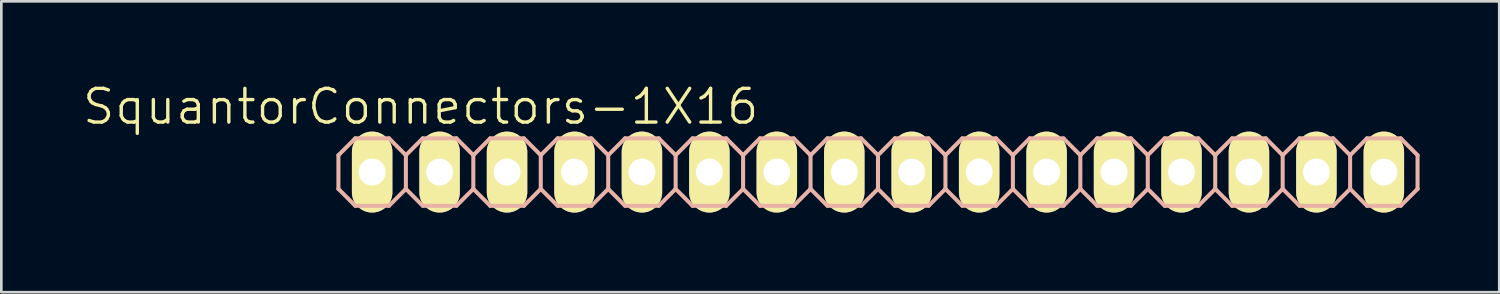
<source format=kicad_pcb>
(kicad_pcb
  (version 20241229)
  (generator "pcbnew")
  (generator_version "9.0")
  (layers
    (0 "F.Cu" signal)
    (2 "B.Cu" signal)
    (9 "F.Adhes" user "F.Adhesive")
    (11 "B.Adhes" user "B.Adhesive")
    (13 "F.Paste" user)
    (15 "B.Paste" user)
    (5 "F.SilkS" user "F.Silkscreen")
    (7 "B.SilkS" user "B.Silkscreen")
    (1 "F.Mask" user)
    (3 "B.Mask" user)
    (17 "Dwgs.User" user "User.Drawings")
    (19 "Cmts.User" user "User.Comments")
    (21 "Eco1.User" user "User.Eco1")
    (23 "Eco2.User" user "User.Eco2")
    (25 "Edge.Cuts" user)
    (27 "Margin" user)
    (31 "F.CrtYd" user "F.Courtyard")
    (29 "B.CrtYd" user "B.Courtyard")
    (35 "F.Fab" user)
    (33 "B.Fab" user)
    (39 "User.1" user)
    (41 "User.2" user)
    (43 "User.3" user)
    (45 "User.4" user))
  (footprint "SquantorConnectors-1X16"
    (layer "F.Cu")
    (at 30.015 3.43)
    (property "Reference" "SquantorConnectors-1X16" (at -17.221 -2.464 0) (layer "F.SilkS") (effects (font (size 1.27 1.27) (thickness 0.127))))
    (attr exclude_from_pos_files exclude_from_bom)
    (fp_line (start -19.304 -0.254) (end -18.796 -0.254) (stroke (width 0.066) (type solid)) (layer "F.SilkS"))
    (fp_line (start -19.304 0.254) (end -19.304 -0.254) (stroke (width 0.066) (type solid)) (layer "F.SilkS"))
    (fp_line (start -19.304 0.254) (end -18.796 0.254) (stroke (width 0.066) (type solid)) (layer "F.SilkS"))
    (fp_line (start -18.796 0.254) (end -18.796 -0.254) (stroke (width 0.066) (type solid)) (layer "F.SilkS"))
    (fp_line (start -16.764 -0.254) (end -16.256 -0.254) (stroke (width 0.066) (type solid)) (layer "F.SilkS"))
    (fp_line (start -16.764 0.254) (end -16.764 -0.254) (stroke (width 0.066) (type solid)) (layer "F.SilkS"))
    (fp_line (start -16.764 0.254) (end -16.256 0.254) (stroke (width 0.066) (type solid)) (layer "F.SilkS"))
    (fp_line (start -16.256 0.254) (end -16.256 -0.254) (stroke (width 0.066) (type solid)) (layer "F.SilkS"))
    (fp_line (start -14.224 -0.254) (end -13.716 -0.254) (stroke (width 0.066) (type solid)) (layer "F.SilkS"))
    (fp_line (start -14.224 0.254) (end -14.224 -0.254) (stroke (width 0.066) (type solid)) (layer "F.SilkS"))
    (fp_line (start -14.224 0.254) (end -13.716 0.254) (stroke (width 0.066) (type solid)) (layer "F.SilkS"))
    (fp_line (start -13.716 0.254) (end -13.716 -0.254) (stroke (width 0.066) (type solid)) (layer "F.SilkS"))
    (fp_line (start -11.684 -0.254) (end -11.176 -0.254) (stroke (width 0.066) (type solid)) (layer "F.SilkS"))
    (fp_line (start -11.684 0.254) (end -11.684 -0.254) (stroke (width 0.066) (type solid)) (layer "F.SilkS"))
    (fp_line (start -11.684 0.254) (end -11.176 0.254) (stroke (width 0.066) (type solid)) (layer "F.SilkS"))
    (fp_line (start -11.176 0.254) (end -11.176 -0.254) (stroke (width 0.066) (type solid)) (layer "F.SilkS"))
    (fp_line (start -9.144 -0.254) (end -8.636 -0.254) (stroke (width 0.066) (type solid)) (layer "F.SilkS"))
    (fp_line (start -9.144 0.254) (end -9.144 -0.254) (stroke (width 0.066) (type solid)) (layer "F.SilkS"))
    (fp_line (start -9.144 0.254) (end -8.636 0.254) (stroke (width 0.066) (type solid)) (layer "F.SilkS"))
    (fp_line (start -8.636 0.254) (end -8.636 -0.254) (stroke (width 0.066) (type solid)) (layer "F.SilkS"))
    (fp_line (start -6.604 -0.254) (end -6.096 -0.254) (stroke (width 0.066) (type solid)) (layer "F.SilkS"))
    (fp_line (start -6.604 0.254) (end -6.604 -0.254) (stroke (width 0.066) (type solid)) (layer "F.SilkS"))
    (fp_line (start -6.604 0.254) (end -6.096 0.254) (stroke (width 0.066) (type solid)) (layer "F.SilkS"))
    (fp_line (start -6.096 0.254) (end -6.096 -0.254) (stroke (width 0.066) (type solid)) (layer "F.SilkS"))
    (fp_line (start -4.064 -0.254) (end -3.556 -0.254) (stroke (width 0.066) (type solid)) (layer "F.SilkS"))
    (fp_line (start -4.064 0.254) (end -4.064 -0.254) (stroke (width 0.066) (type solid)) (layer "F.SilkS"))
    (fp_line (start -4.064 0.254) (end -3.556 0.254) (stroke (width 0.066) (type solid)) (layer "F.SilkS"))
    (fp_line (start -3.556 0.254) (end -3.556 -0.254) (stroke (width 0.066) (type solid)) (layer "F.SilkS"))
    (fp_line (start -1.524 -0.254) (end -1.016 -0.254) (stroke (width 0.066) (type solid)) (layer "F.SilkS"))
    (fp_line (start -1.524 0.254) (end -1.524 -0.254) (stroke (width 0.066) (type solid)) (layer "F.SilkS"))
    (fp_line (start -1.524 0.254) (end -1.016 0.254) (stroke (width 0.066) (type solid)) (layer "F.SilkS"))
    (fp_line (start -1.016 0.254) (end -1.016 -0.254) (stroke (width 0.066) (type solid)) (layer "F.SilkS"))
    (fp_line (start 1.016 -0.254) (end 1.524 -0.254) (stroke (width 0.066) (type solid)) (layer "F.SilkS"))
    (fp_line (start 1.016 0.254) (end 1.016 -0.254) (stroke (width 0.066) (type solid)) (layer "F.SilkS"))
    (fp_line (start 1.016 0.254) (end 1.524 0.254) (stroke (width 0.066) (type solid)) (layer "F.SilkS"))
    (fp_line (start 1.524 0.254) (end 1.524 -0.254) (stroke (width 0.066) (type solid)) (layer "F.SilkS"))
    (fp_line (start 3.556 -0.254) (end 4.064 -0.254) (stroke (width 0.066) (type solid)) (layer "F.SilkS"))
    (fp_line (start 3.556 0.254) (end 3.556 -0.254) (stroke (width 0.066) (type solid)) (layer "F.SilkS"))
    (fp_line (start 3.556 0.254) (end 4.064 0.254) (stroke (width 0.066) (type solid)) (layer "F.SilkS"))
    (fp_line (start 4.064 0.254) (end 4.064 -0.254) (stroke (width 0.066) (type solid)) (layer "F.SilkS"))
    (fp_line (start 6.096 -0.254) (end 6.604 -0.254) (stroke (width 0.066) (type solid)) (layer "F.SilkS"))
    (fp_line (start 6.096 0.254) (end 6.096 -0.254) (stroke (width 0.066) (type solid)) (layer "F.SilkS"))
    (fp_line (start 6.096 0.254) (end 6.604 0.254) (stroke (width 0.066) (type solid)) (layer "F.SilkS"))
    (fp_line (start 6.604 0.254) (end 6.604 -0.254) (stroke (width 0.066) (type solid)) (layer "F.SilkS"))
    (fp_line (start 8.636 -0.254) (end 9.144 -0.254) (stroke (width 0.066) (type solid)) (layer "F.SilkS"))
    (fp_line (start 8.636 0.254) (end 8.636 -0.254) (stroke (width 0.066) (type solid)) (layer "F.SilkS"))
    (fp_line (start 8.636 0.254) (end 9.144 0.254) (stroke (width 0.066) (type solid)) (layer "F.SilkS"))
    (fp_line (start 9.144 0.254) (end 9.144 -0.254) (stroke (width 0.066) (type solid)) (layer "F.SilkS"))
    (fp_line (start 11.176 -0.254) (end 11.684 -0.254) (stroke (width 0.066) (type solid)) (layer "F.SilkS"))
    (fp_line (start 11.176 0.254) (end 11.176 -0.254) (stroke (width 0.066) (type solid)) (layer "F.SilkS"))
    (fp_line (start 11.176 0.254) (end 11.684 0.254) (stroke (width 0.066) (type solid)) (layer "F.SilkS"))
    (fp_line (start 11.684 0.254) (end 11.684 -0.254) (stroke (width 0.066) (type solid)) (layer "F.SilkS"))
    (fp_line (start 13.716 -0.254) (end 14.224 -0.254) (stroke (width 0.066) (type solid)) (layer "F.SilkS"))
    (fp_line (start 13.716 0.254) (end 13.716 -0.254) (stroke (width 0.066) (type solid)) (layer "F.SilkS"))
    (fp_line (start 13.716 0.254) (end 14.224 0.254) (stroke (width 0.066) (type solid)) (layer "F.SilkS"))
    (fp_line (start 14.224 0.254) (end 14.224 -0.254) (stroke (width 0.066) (type solid)) (layer "F.SilkS"))
    (fp_line (start 16.256 -0.254) (end 16.764 -0.254) (stroke (width 0.066) (type solid)) (layer "F.SilkS"))
    (fp_line (start 16.256 0.254) (end 16.256 -0.254) (stroke (width 0.066) (type solid)) (layer "F.SilkS"))
    (fp_line (start 16.256 0.254) (end 16.764 0.254) (stroke (width 0.066) (type solid)) (layer "F.SilkS"))
    (fp_line (start 16.764 0.254) (end 16.764 -0.254) (stroke (width 0.066) (type solid)) (layer "F.SilkS"))
    (fp_line (start 18.796 -0.254) (end 19.304 -0.254) (stroke (width 0.066) (type solid)) (layer "F.SilkS"))
    (fp_line (start 18.796 0.254) (end 18.796 -0.254) (stroke (width 0.066) (type solid)) (layer "F.SilkS"))
    (fp_line (start 18.796 0.254) (end 19.304 0.254) (stroke (width 0.066) (type solid)) (layer "F.SilkS"))
    (fp_line (start 19.304 0.254) (end 19.304 -0.254) (stroke (width 0.066) (type solid)) (layer "F.SilkS"))
    (fp_line (start -20.32 -0.635) (end -20.32 0.635) (stroke (width 0.152) (type solid)) (layer "B.SilkS"))
    (fp_line (start -20.32 0.635) (end -19.685 1.27) (stroke (width 0.152) (type solid)) (layer "B.SilkS"))
    (fp_line (start -19.685 -1.27) (end -20.32 -0.635) (stroke (width 0.152) (type solid)) (layer "B.SilkS"))
    (fp_line (start -19.685 -1.27) (end -18.415 -1.27) (stroke (width 0.152) (type solid)) (layer "B.SilkS"))
    (fp_line (start -18.415 -1.27) (end -17.78 -0.635) (stroke (width 0.152) (type solid)) (layer "B.SilkS"))
    (fp_line (start -18.415 1.27) (end -19.685 1.27) (stroke (width 0.152) (type solid)) (layer "B.SilkS"))
    (fp_line (start -17.78 -0.635) (end -17.78 0.635) (stroke (width 0.152) (type solid)) (layer "B.SilkS"))
    (fp_line (start -17.78 -0.635) (end -17.145 -1.27) (stroke (width 0.152) (type solid)) (layer "B.SilkS"))
    (fp_line (start -17.78 0.635) (end -18.415 1.27) (stroke (width 0.152) (type solid)) (layer "B.SilkS"))
    (fp_line (start -17.145 -1.27) (end -15.875 -1.27) (stroke (width 0.152) (type solid)) (layer "B.SilkS"))
    (fp_line (start -17.145 1.27) (end -17.78 0.635) (stroke (width 0.152) (type solid)) (layer "B.SilkS"))
    (fp_line (start -15.875 -1.27) (end -15.24 -0.635) (stroke (width 0.152) (type solid)) (layer "B.SilkS"))
    (fp_line (start -15.875 1.27) (end -17.145 1.27) (stroke (width 0.152) (type solid)) (layer "B.SilkS"))
    (fp_line (start -15.24 -0.635) (end -15.24 0.635) (stroke (width 0.152) (type solid)) (layer "B.SilkS"))
    (fp_line (start -15.24 -0.635) (end -14.605 -1.27) (stroke (width 0.152) (type solid)) (layer "B.SilkS"))
    (fp_line (start -15.24 0.635) (end -15.875 1.27) (stroke (width 0.152) (type solid)) (layer "B.SilkS"))
    (fp_line (start -14.605 -1.27) (end -13.335 -1.27) (stroke (width 0.152) (type solid)) (layer "B.SilkS"))
    (fp_line (start -14.605 1.27) (end -15.24 0.635) (stroke (width 0.152) (type solid)) (layer "B.SilkS"))
    (fp_line (start -13.335 -1.27) (end -12.7 -0.635) (stroke (width 0.152) (type solid)) (layer "B.SilkS"))
    (fp_line (start -13.335 1.27) (end -14.605 1.27) (stroke (width 0.152) (type solid)) (layer "B.SilkS"))
    (fp_line (start -12.7 -0.635) (end -12.7 0.635) (stroke (width 0.152) (type solid)) (layer "B.SilkS"))
    (fp_line (start -12.7 0.635) (end -13.335 1.27) (stroke (width 0.152) (type solid)) (layer "B.SilkS"))
    (fp_line (start -12.7 0.635) (end -12.065 1.27) (stroke (width 0.152) (type solid)) (layer "B.SilkS"))
    (fp_line (start -12.065 -1.27) (end -12.7 -0.635) (stroke (width 0.152) (type solid)) (layer "B.SilkS"))
    (fp_line (start -12.065 -1.27) (end -10.795 -1.27) (stroke (width 0.152) (type solid)) (layer "B.SilkS"))
    (fp_line (start -10.795 -1.27) (end -10.16 -0.635) (stroke (width 0.152) (type solid)) (layer "B.SilkS"))
    (fp_line (start -10.795 1.27) (end -12.065 1.27) (stroke (width 0.152) (type solid)) (layer "B.SilkS"))
    (fp_line (start -10.16 -0.635) (end -10.16 0.635) (stroke (width 0.152) (type solid)) (layer "B.SilkS"))
    (fp_line (start -10.16 -0.635) (end -9.525 -1.27) (stroke (width 0.152) (type solid)) (layer "B.SilkS"))
    (fp_line (start -10.16 0.635) (end -10.795 1.27) (stroke (width 0.152) (type solid)) (layer "B.SilkS"))
    (fp_line (start -9.525 -1.27) (end -8.255 -1.27) (stroke (width 0.152) (type solid)) (layer "B.SilkS"))
    (fp_line (start -9.525 1.27) (end -10.16 0.635) (stroke (width 0.152) (type solid)) (layer "B.SilkS"))
    (fp_line (start -8.255 -1.27) (end -7.62 -0.635) (stroke (width 0.152) (type solid)) (layer "B.SilkS"))
    (fp_line (start -8.255 1.27) (end -9.525 1.27) (stroke (width 0.152) (type solid)) (layer "B.SilkS"))
    (fp_line (start -7.62 -0.635) (end -7.62 0.635) (stroke (width 0.152) (type solid)) (layer "B.SilkS"))
    (fp_line (start -7.62 -0.635) (end -6.985 -1.27) (stroke (width 0.152) (type solid)) (layer "B.SilkS"))
    (fp_line (start -7.62 0.635) (end -8.255 1.27) (stroke (width 0.152) (type solid)) (layer "B.SilkS"))
    (fp_line (start -6.985 -1.27) (end -5.715 -1.27) (stroke (width 0.152) (type solid)) (layer "B.SilkS"))
    (fp_line (start -6.985 1.27) (end -7.62 0.635) (stroke (width 0.152) (type solid)) (layer "B.SilkS"))
    (fp_line (start -5.715 -1.27) (end -5.08 -0.635) (stroke (width 0.152) (type solid)) (layer "B.SilkS"))
    (fp_line (start -5.715 1.27) (end -6.985 1.27) (stroke (width 0.152) (type solid)) (layer "B.SilkS"))
    (fp_line (start -5.08 -0.635) (end -5.08 0.635) (stroke (width 0.152) (type solid)) (layer "B.SilkS"))
    (fp_line (start -5.08 0.635) (end -5.715 1.27) (stroke (width 0.152) (type solid)) (layer "B.SilkS"))
    (fp_line (start -5.08 0.635) (end -4.445 1.27) (stroke (width 0.152) (type solid)) (layer "B.SilkS"))
    (fp_line (start -4.445 -1.27) (end -5.08 -0.635) (stroke (width 0.152) (type solid)) (layer "B.SilkS"))
    (fp_line (start -4.445 -1.27) (end -3.175 -1.27) (stroke (width 0.152) (type solid)) (layer "B.SilkS"))
    (fp_line (start -3.175 -1.27) (end -2.54 -0.635) (stroke (width 0.152) (type solid)) (layer "B.SilkS"))
    (fp_line (start -3.175 1.27) (end -4.445 1.27) (stroke (width 0.152) (type solid)) (layer "B.SilkS"))
    (fp_line (start -2.54 -0.635) (end -2.54 0.635) (stroke (width 0.152) (type solid)) (layer "B.SilkS"))
    (fp_line (start -2.54 -0.635) (end -1.905 -1.27) (stroke (width 0.152) (type solid)) (layer "B.SilkS"))
    (fp_line (start -2.54 0.635) (end -3.175 1.27) (stroke (width 0.152) (type solid)) (layer "B.SilkS"))
    (fp_line (start -1.905 -1.27) (end -0.635 -1.27) (stroke (width 0.152) (type solid)) (layer "B.SilkS"))
    (fp_line (start -1.905 1.27) (end -2.54 0.635) (stroke (width 0.152) (type solid)) (layer "B.SilkS"))
    (fp_line (start -0.635 -1.27) (end 0 -0.635) (stroke (width 0.152) (type solid)) (layer "B.SilkS"))
    (fp_line (start -0.635 1.27) (end -1.905 1.27) (stroke (width 0.152) (type solid)) (layer "B.SilkS"))
    (fp_line (start 0 -0.635) (end 0 0.635) (stroke (width 0.152) (type solid)) (layer "B.SilkS"))
    (fp_line (start 0 -0.635) (end 0.635 -1.27) (stroke (width 0.152) (type solid)) (layer "B.SilkS"))
    (fp_line (start 0 0.635) (end -0.635 1.27) (stroke (width 0.152) (type solid)) (layer "B.SilkS"))
    (fp_line (start 0.635 -1.27) (end 1.905 -1.27) (stroke (width 0.152) (type solid)) (layer "B.SilkS"))
    (fp_line (start 0.635 1.27) (end 0 0.635) (stroke (width 0.152) (type solid)) (layer "B.SilkS"))
    (fp_line (start 1.905 -1.27) (end 2.54 -0.635) (stroke (width 0.152) (type solid)) (layer "B.SilkS"))
    (fp_line (start 1.905 1.27) (end 0.635 1.27) (stroke (width 0.152) (type solid)) (layer "B.SilkS"))
    (fp_line (start 2.54 -0.635) (end 2.54 0.635) (stroke (width 0.152) (type solid)) (layer "B.SilkS"))
    (fp_line (start 2.54 0.635) (end 1.905 1.27) (stroke (width 0.152) (type solid)) (layer "B.SilkS"))
    (fp_line (start 2.54 0.635) (end 3.175 1.27) (stroke (width 0.152) (type solid)) (layer "B.SilkS"))
    (fp_line (start 3.175 -1.27) (end 2.54 -0.635) (stroke (width 0.152) (type solid)) (layer "B.SilkS"))
    (fp_line (start 3.175 -1.27) (end 4.445 -1.27) (stroke (width 0.152) (type solid)) (layer "B.SilkS"))
    (fp_line (start 4.445 -1.27) (end 5.08 -0.635) (stroke (width 0.152) (type solid)) (layer "B.SilkS"))
    (fp_line (start 4.445 1.27) (end 3.175 1.27) (stroke (width 0.152) (type solid)) (layer "B.SilkS"))
    (fp_line (start 5.08 -0.635) (end 5.08 0.635) (stroke (width 0.152) (type solid)) (layer "B.SilkS"))
    (fp_line (start 5.08 -0.635) (end 5.715 -1.27) (stroke (width 0.152) (type solid)) (layer "B.SilkS"))
    (fp_line (start 5.08 0.635) (end 4.445 1.27) (stroke (width 0.152) (type solid)) (layer "B.SilkS"))
    (fp_line (start 5.715 -1.27) (end 6.985 -1.27) (stroke (width 0.152) (type solid)) (layer "B.SilkS"))
    (fp_line (start 5.715 1.27) (end 5.08 0.635) (stroke (width 0.152) (type solid)) (layer "B.SilkS"))
    (fp_line (start 6.985 -1.27) (end 7.62 -0.635) (stroke (width 0.152) (type solid)) (layer "B.SilkS"))
    (fp_line (start 6.985 1.27) (end 5.715 1.27) (stroke (width 0.152) (type solid)) (layer "B.SilkS"))
    (fp_line (start 7.62 -0.635) (end 7.62 0.635) (stroke (width 0.152) (type solid)) (layer "B.SilkS"))
    (fp_line (start 7.62 -0.635) (end 8.255 -1.27) (stroke (width 0.152) (type solid)) (layer "B.SilkS"))
    (fp_line (start 7.62 0.635) (end 6.985 1.27) (stroke (width 0.152) (type solid)) (layer "B.SilkS"))
    (fp_line (start 8.255 -1.27) (end 9.525 -1.27) (stroke (width 0.152) (type solid)) (layer "B.SilkS"))
    (fp_line (start 8.255 1.27) (end 7.62 0.635) (stroke (width 0.152) (type solid)) (layer "B.SilkS"))
    (fp_line (start 9.525 -1.27) (end 10.16 -0.635) (stroke (width 0.152) (type solid)) (layer "B.SilkS"))
    (fp_line (start 9.525 1.27) (end 8.255 1.27) (stroke (width 0.152) (type solid)) (layer "B.SilkS"))
    (fp_line (start 10.16 -0.635) (end 10.16 0.635) (stroke (width 0.152) (type solid)) (layer "B.SilkS"))
    (fp_line (start 10.16 0.635) (end 9.525 1.27) (stroke (width 0.152) (type solid)) (layer "B.SilkS"))
    (fp_line (start 10.16 0.635) (end 10.795 1.27) (stroke (width 0.152) (type solid)) (layer "B.SilkS"))
    (fp_line (start 10.795 -1.27) (end 10.16 -0.635) (stroke (width 0.152) (type solid)) (layer "B.SilkS"))
    (fp_line (start 10.795 -1.27) (end 12.065 -1.27) (stroke (width 0.152) (type solid)) (layer "B.SilkS"))
    (fp_line (start 12.065 -1.27) (end 12.7 -0.635) (stroke (width 0.152) (type solid)) (layer "B.SilkS"))
    (fp_line (start 12.065 1.27) (end 10.795 1.27) (stroke (width 0.152) (type solid)) (layer "B.SilkS"))
    (fp_line (start 12.7 -0.635) (end 12.7 0.635) (stroke (width 0.152) (type solid)) (layer "B.SilkS"))
    (fp_line (start 12.7 -0.635) (end 13.335 -1.27) (stroke (width 0.152) (type solid)) (layer "B.SilkS"))
    (fp_line (start 12.7 0.635) (end 12.065 1.27) (stroke (width 0.152) (type solid)) (layer "B.SilkS"))
    (fp_line (start 13.335 -1.27) (end 14.605 -1.27) (stroke (width 0.152) (type solid)) (layer "B.SilkS"))
    (fp_line (start 13.335 1.27) (end 12.7 0.635) (stroke (width 0.152) (type solid)) (layer "B.SilkS"))
    (fp_line (start 14.605 -1.27) (end 15.24 -0.635) (stroke (width 0.152) (type solid)) (layer "B.SilkS"))
    (fp_line (start 14.605 1.27) (end 13.335 1.27) (stroke (width 0.152) (type solid)) (layer "B.SilkS"))
    (fp_line (start 15.24 -0.635) (end 15.24 0.635) (stroke (width 0.152) (type solid)) (layer "B.SilkS"))
    (fp_line (start 15.24 -0.635) (end 15.875 -1.27) (stroke (width 0.152) (type solid)) (layer "B.SilkS"))
    (fp_line (start 15.24 0.635) (end 14.605 1.27) (stroke (width 0.152) (type solid)) (layer "B.SilkS"))
    (fp_line (start 15.875 -1.27) (end 17.145 -1.27) (stroke (width 0.152) (type solid)) (layer "B.SilkS"))
    (fp_line (start 15.875 1.27) (end 15.24 0.635) (stroke (width 0.152) (type solid)) (layer "B.SilkS"))
    (fp_line (start 17.145 -1.27) (end 17.78 -0.635) (stroke (width 0.152) (type solid)) (layer "B.SilkS"))
    (fp_line (start 17.145 1.27) (end 15.875 1.27) (stroke (width 0.152) (type solid)) (layer "B.SilkS"))
    (fp_line (start 17.78 -0.635) (end 17.78 0.635) (stroke (width 0.152) (type solid)) (layer "B.SilkS"))
    (fp_line (start 17.78 -0.635) (end 18.415 -1.27) (stroke (width 0.152) (type solid)) (layer "B.SilkS"))
    (fp_line (start 17.78 0.635) (end 17.145 1.27) (stroke (width 0.152) (type solid)) (layer "B.SilkS"))
    (fp_line (start 18.415 -1.27) (end 19.685 -1.27) (stroke (width 0.152) (type solid)) (layer "B.SilkS"))
    (fp_line (start 18.415 1.27) (end 17.78 0.635) (stroke (width 0.152) (type solid)) (layer "B.SilkS"))
    (fp_line (start 19.685 -1.27) (end 20.32 -0.635) (stroke (width 0.152) (type solid)) (layer "B.SilkS"))
    (fp_line (start 19.685 1.27) (end 18.415 1.27) (stroke (width 0.152) (type solid)) (layer "B.SilkS"))
    (fp_line (start 20.32 -0.635) (end 20.32 0.635) (stroke (width 0.152) (type solid)) (layer "B.SilkS"))
    (fp_line (start 20.32 0.635) (end 19.685 1.27) (stroke (width 0.152) (type solid)) (layer "B.SilkS"))
    (pad "1" thru_hole oval (at -19.05 0 180) (size 1.524 3.048) (drill 1.016) (layers "*.Cu" "F.Mask" "F.SilkS" "F.Paste"))
    (pad "2" thru_hole oval (at -16.51 0 180) (size 1.524 3.048) (drill 1.016) (layers "*.Cu" "F.Mask" "F.SilkS" "F.Paste"))
    (pad "3" thru_hole oval (at -13.97 0 180) (size 1.524 3.048) (drill 1.016) (layers "*.Cu" "F.Mask" "F.SilkS" "F.Paste"))
    (pad "4" thru_hole oval (at -11.43 0 180) (size 1.524 3.048) (drill 1.016) (layers "*.Cu" "F.Mask" "F.SilkS" "F.Paste"))
    (pad "5" thru_hole oval (at -8.89 0 180) (size 1.524 3.048) (drill 1.016) (layers "*.Cu" "F.Mask" "F.SilkS" "F.Paste"))
    (pad "6" thru_hole oval (at -6.35 0 180) (size 1.524 3.048) (drill 1.016) (layers "*.Cu" "F.Mask" "F.SilkS" "F.Paste"))
    (pad "7" thru_hole oval (at -3.81 0 180) (size 1.524 3.048) (drill 1.016) (layers "*.Cu" "F.Mask" "F.SilkS" "F.Paste"))
    (pad "8" thru_hole oval (at -1.27 0 180) (size 1.524 3.048) (drill 1.016) (layers "*.Cu" "F.Mask" "F.SilkS" "F.Paste"))
    (pad "9" thru_hole oval (at 1.27 0 180) (size 1.524 3.048) (drill 1.016) (layers "*.Cu" "F.Mask" "F.SilkS" "F.Paste"))
    (pad "10" thru_hole oval (at 3.81 0 180) (size 1.524 3.048) (drill 1.016) (layers "*.Cu" "F.Mask" "F.SilkS" "F.Paste"))
    (pad "11" thru_hole oval (at 6.35 0 180) (size 1.524 3.048) (drill 1.016) (layers "*.Cu" "F.Mask" "F.SilkS" "F.Paste"))
    (pad "12" thru_hole oval (at 8.89 0 180) (size 1.524 3.048) (drill 1.016) (layers "*.Cu" "F.Mask" "F.SilkS" "F.Paste"))
    (pad "13" thru_hole oval (at 11.43 0 180) (size 1.524 3.048) (drill 1.016) (layers "*.Cu" "F.Mask" "F.SilkS" "F.Paste"))
    (pad "14" thru_hole oval (at 13.97 0 180) (size 1.524 3.048) (drill 1.016) (layers "*.Cu" "F.Mask" "F.SilkS" "F.Paste"))
    (pad "15" thru_hole oval (at 16.51 0 180) (size 1.524 3.048) (drill 1.016) (layers "*.Cu" "F.Mask" "F.SilkS" "F.Paste"))
    (pad "16" thru_hole oval (at 19.05 0 180) (size 1.524 3.048) (drill 1.016) (layers "*.Cu" "F.Mask" "F.SilkS" "F.Paste")))
  (gr_rect
    (start -3 -3)
    (end 53.411 7.954)
    (stroke (width 0.1) (type default))
    (fill no)
    (layer "Edge.Cuts")))
</source>
